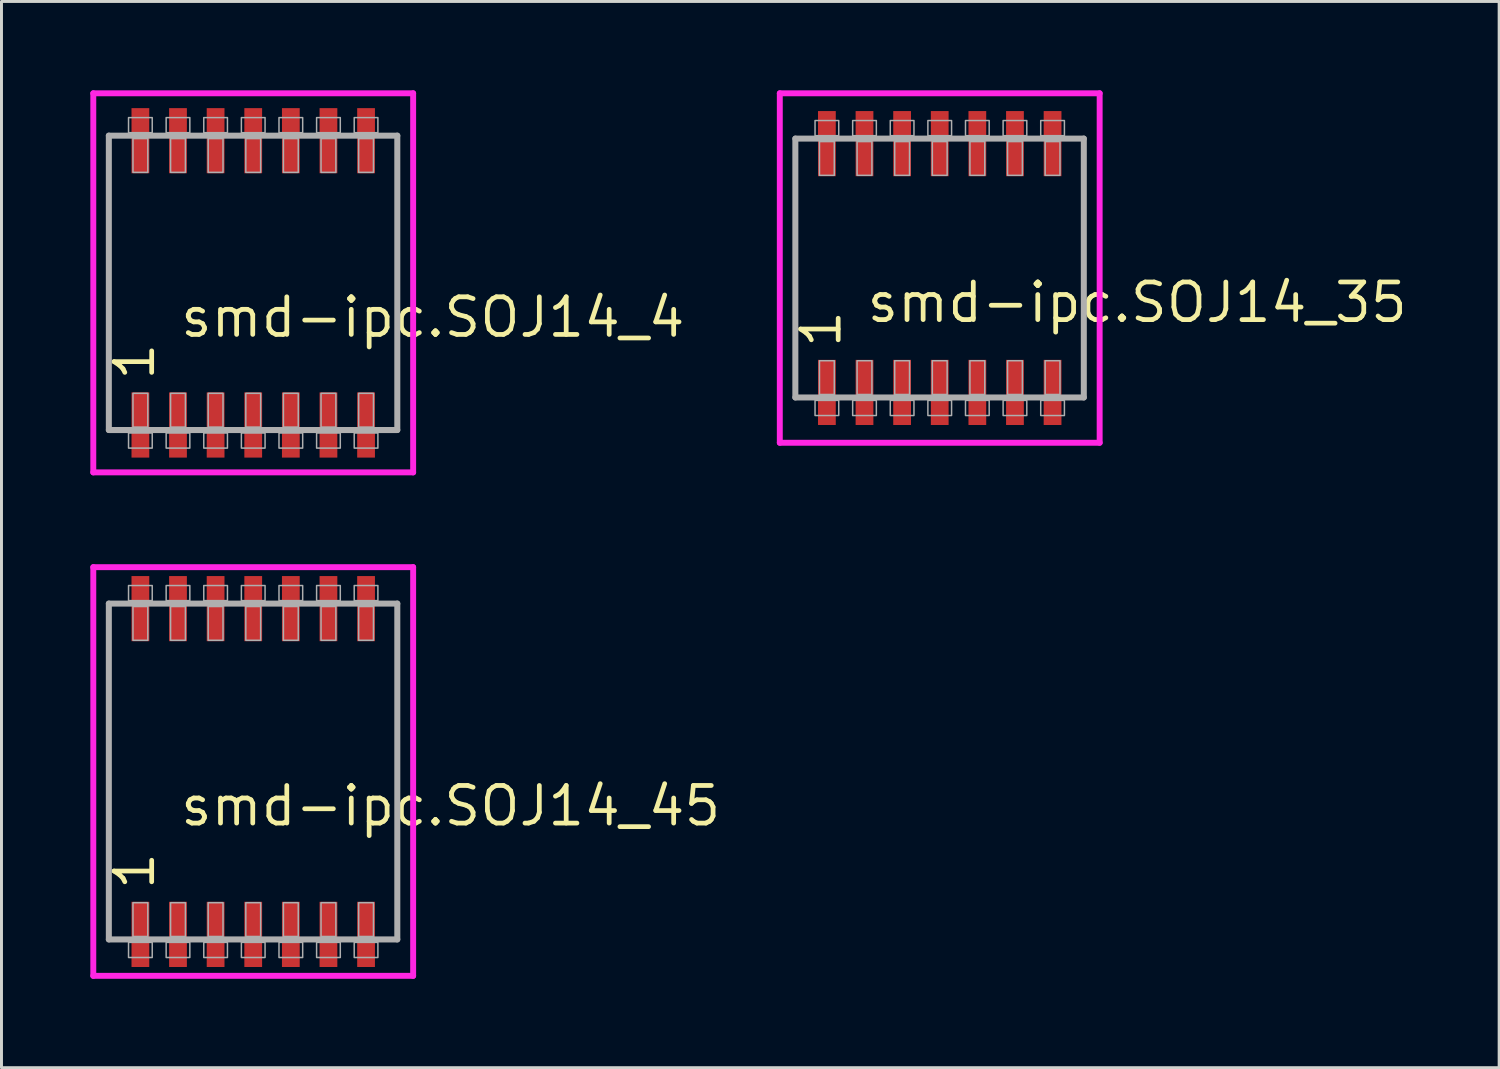
<source format=kicad_pcb>
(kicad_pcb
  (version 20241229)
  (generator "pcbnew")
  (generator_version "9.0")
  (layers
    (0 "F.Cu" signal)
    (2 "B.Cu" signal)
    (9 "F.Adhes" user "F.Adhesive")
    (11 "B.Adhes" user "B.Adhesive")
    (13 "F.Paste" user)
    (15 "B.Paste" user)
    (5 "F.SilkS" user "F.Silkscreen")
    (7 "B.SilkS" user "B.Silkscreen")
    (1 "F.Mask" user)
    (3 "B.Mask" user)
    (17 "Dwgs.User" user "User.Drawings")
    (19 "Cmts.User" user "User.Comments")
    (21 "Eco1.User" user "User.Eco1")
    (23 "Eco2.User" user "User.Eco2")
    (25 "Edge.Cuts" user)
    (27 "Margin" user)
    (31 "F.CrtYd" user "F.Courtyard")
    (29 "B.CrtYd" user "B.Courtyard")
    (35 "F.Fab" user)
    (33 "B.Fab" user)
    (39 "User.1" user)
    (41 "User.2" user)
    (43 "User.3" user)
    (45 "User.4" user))
  (footprint "smd-ipc.SOJ14_45"
    (layer "F.Cu")
    (at 5.5 23)
    (property "Reference" "smd-ipc.SOJ14_45" (at -2.54 1.905 0) (layer "F.SilkS") (effects (font (size 1.27 1.27) (thickness 0.16)) (justify left bottom)))
    (attr smd)
    (fp_line (start -5.4 -6.9) (end 5.4 -6.9) (stroke (width 0.2) (type default)) (layer "F.CrtYd"))
    (fp_line (start -5.4 6.9) (end -5.4 -6.9) (stroke (width 0.2) (type default)) (layer "F.CrtYd"))
    (fp_line (start 5.4 -6.9) (end 5.4 6.9) (stroke (width 0.2) (type default)) (layer "F.CrtYd"))
    (fp_line (start 5.4 6.9) (end -5.4 6.9) (stroke (width 0.2) (type default)) (layer "F.CrtYd"))
    (fp_line (start -4.875 -5.67) (end 4.865 -5.67) (stroke (width 0.203) (type default)) (layer "F.Fab"))
    (fp_line (start -4.875 5.67) (end -4.875 -5.67) (stroke (width 0.203) (type default)) (layer "F.Fab"))
    (fp_line (start 4.865 -5.67) (end 4.865 5.67) (stroke (width 0.203) (type default)) (layer "F.Fab"))
    (fp_line (start 4.865 5.67) (end -4.875 5.67) (stroke (width 0.203) (type default)) (layer "F.Fab"))
    (fp_rect (start -4.21 -5.77) (end -3.41 -6.28) (stroke (width 0.05) (type default)) (fill no) (layer "F.Fab"))
    (fp_rect (start -4.21 6.28) (end -3.41 5.77) (stroke (width 0.05) (type default)) (fill no) (layer "F.Fab"))
    (fp_rect (start -4.06 -4.43) (end -3.56 -5.57) (stroke (width 0.05) (type default)) (fill no) (layer "F.Fab"))
    (fp_rect (start -4.06 5.57) (end -3.56 4.43) (stroke (width 0.05) (type default)) (fill no) (layer "F.Fab"))
    (fp_rect (start -2.94 -5.77) (end -2.14 -6.28) (stroke (width 0.05) (type default)) (fill no) (layer "F.Fab"))
    (fp_rect (start -2.94 6.28) (end -2.14 5.77) (stroke (width 0.05) (type default)) (fill no) (layer "F.Fab"))
    (fp_rect (start -2.79 -4.43) (end -2.29 -5.57) (stroke (width 0.05) (type default)) (fill no) (layer "F.Fab"))
    (fp_rect (start -2.79 5.57) (end -2.29 4.43) (stroke (width 0.05) (type default)) (fill no) (layer "F.Fab"))
    (fp_rect (start -1.67 -5.77) (end -0.87 -6.28) (stroke (width 0.05) (type default)) (fill no) (layer "F.Fab"))
    (fp_rect (start -1.67 6.28) (end -0.87 5.77) (stroke (width 0.05) (type default)) (fill no) (layer "F.Fab"))
    (fp_rect (start -1.52 -4.43) (end -1.02 -5.57) (stroke (width 0.05) (type default)) (fill no) (layer "F.Fab"))
    (fp_rect (start -1.52 5.57) (end -1.02 4.43) (stroke (width 0.05) (type default)) (fill no) (layer "F.Fab"))
    (fp_rect (start -0.4 -5.77) (end 0.4 -6.28) (stroke (width 0.05) (type default)) (fill no) (layer "F.Fab"))
    (fp_rect (start -0.4 6.28) (end 0.4 5.77) (stroke (width 0.05) (type default)) (fill no) (layer "F.Fab"))
    (fp_rect (start -0.25 -4.43) (end 0.25 -5.57) (stroke (width 0.05) (type default)) (fill no) (layer "F.Fab"))
    (fp_rect (start -0.25 5.57) (end 0.25 4.43) (stroke (width 0.05) (type default)) (fill no) (layer "F.Fab"))
    (fp_rect (start 0.87 -5.77) (end 1.67 -6.28) (stroke (width 0.05) (type default)) (fill no) (layer "F.Fab"))
    (fp_rect (start 0.87 6.28) (end 1.67 5.77) (stroke (width 0.05) (type default)) (fill no) (layer "F.Fab"))
    (fp_rect (start 1.02 -4.43) (end 1.52 -5.57) (stroke (width 0.05) (type default)) (fill no) (layer "F.Fab"))
    (fp_rect (start 1.02 5.57) (end 1.52 4.43) (stroke (width 0.05) (type default)) (fill no) (layer "F.Fab"))
    (fp_rect (start 2.14 -5.77) (end 2.94 -6.28) (stroke (width 0.05) (type default)) (fill no) (layer "F.Fab"))
    (fp_rect (start 2.14 6.28) (end 2.94 5.77) (stroke (width 0.05) (type default)) (fill no) (layer "F.Fab"))
    (fp_rect (start 2.29 -4.43) (end 2.79 -5.57) (stroke (width 0.05) (type default)) (fill no) (layer "F.Fab"))
    (fp_rect (start 2.29 5.57) (end 2.79 4.43) (stroke (width 0.05) (type default)) (fill no) (layer "F.Fab"))
    (fp_rect (start 3.41 -5.77) (end 4.21 -6.28) (stroke (width 0.05) (type default)) (fill no) (layer "F.Fab"))
    (fp_rect (start 3.41 6.28) (end 4.21 5.77) (stroke (width 0.05) (type default)) (fill no) (layer "F.Fab"))
    (fp_rect (start 3.56 -4.43) (end 4.06 -5.57) (stroke (width 0.05) (type default)) (fill no) (layer "F.Fab"))
    (fp_rect (start 3.56 5.57) (end 4.06 4.43) (stroke (width 0.05) (type default)) (fill no) (layer "F.Fab"))
    (fp_text user "1" (at -3.265 4.07 90) (layer "F.SilkS") (effects (font (size 1.27 1.27) (thickness 0.16)) (justify left bottom)))
    (pad "1" smd roundrect (at -3.81 5.5) (size 0.6 2.2) (layers "F.Cu" "F.Mask" "F.Paste") (roundrect_rratio 0.01))
    (pad "2" smd roundrect (at -2.54 5.5) (size 0.6 2.2) (layers "F.Cu" "F.Mask" "F.Paste") (roundrect_rratio 0.01))
    (pad "3" smd roundrect (at -1.27 5.5) (size 0.6 2.2) (layers "F.Cu" "F.Mask" "F.Paste") (roundrect_rratio 0.01))
    (pad "4" smd roundrect (at 0 5.5) (size 0.6 2.2) (layers "F.Cu" "F.Mask" "F.Paste") (roundrect_rratio 0.01))
    (pad "5" smd roundrect (at 1.27 5.5) (size 0.6 2.2) (layers "F.Cu" "F.Mask" "F.Paste") (roundrect_rratio 0.01))
    (pad "6" smd roundrect (at 2.54 5.5) (size 0.6 2.2) (layers "F.Cu" "F.Mask" "F.Paste") (roundrect_rratio 0.01))
    (pad "7" smd roundrect (at 3.81 5.5) (size 0.6 2.2) (layers "F.Cu" "F.Mask" "F.Paste") (roundrect_rratio 0.01))
    (pad "8" smd roundrect (at 3.81 -5.5) (size 0.6 2.2) (layers "F.Cu" "F.Mask" "F.Paste") (roundrect_rratio 0.01))
    (pad "9" smd roundrect (at 2.54 -5.5) (size 0.6 2.2) (layers "F.Cu" "F.Mask" "F.Paste") (roundrect_rratio 0.01))
    (pad "10" smd roundrect (at 1.27 -5.5) (size 0.6 2.2) (layers "F.Cu" "F.Mask" "F.Paste") (roundrect_rratio 0.01))
    (pad "11" smd roundrect (at 0 -5.5) (size 0.6 2.2) (layers "F.Cu" "F.Mask" "F.Paste") (roundrect_rratio 0.01))
    (pad "12" smd roundrect (at -1.27 -5.5) (size 0.6 2.2) (layers "F.Cu" "F.Mask" "F.Paste") (roundrect_rratio 0.01))
    (pad "13" smd roundrect (at -2.54 -5.5) (size 0.6 2.2) (layers "F.Cu" "F.Mask" "F.Paste") (roundrect_rratio 0.01))
    (pad "14" smd roundrect (at -3.81 -5.5) (size 0.6 2.2) (layers "F.Cu" "F.Mask" "F.Paste") (roundrect_rratio 0.01)))
  (footprint "smd-ipc.SOJ14_4"
    (layer "F.Cu")
    (at 5.5 6.5)
    (property "Reference" "smd-ipc.SOJ14_4" (at -2.54 1.905 0) (layer "F.SilkS") (effects (font (size 1.27 1.27) (thickness 0.16)) (justify left bottom)))
    (attr smd)
    (fp_line (start -5.4 -6.4) (end 5.4 -6.4) (stroke (width 0.2) (type default)) (layer "F.CrtYd"))
    (fp_line (start -5.4 6.4) (end -5.4 -6.4) (stroke (width 0.2) (type default)) (layer "F.CrtYd"))
    (fp_line (start 5.4 -6.4) (end 5.4 6.4) (stroke (width 0.2) (type default)) (layer "F.CrtYd"))
    (fp_line (start 5.4 6.4) (end -5.4 6.4) (stroke (width 0.2) (type default)) (layer "F.CrtYd"))
    (fp_line (start -4.875 -4.97) (end 4.865 -4.97) (stroke (width 0.203) (type default)) (layer "F.Fab"))
    (fp_line (start -4.875 4.97) (end -4.875 -4.97) (stroke (width 0.203) (type default)) (layer "F.Fab"))
    (fp_line (start 4.865 -4.97) (end 4.865 4.97) (stroke (width 0.203) (type default)) (layer "F.Fab"))
    (fp_line (start 4.865 4.97) (end -4.875 4.97) (stroke (width 0.203) (type default)) (layer "F.Fab"))
    (fp_rect (start -4.21 -5.07) (end -3.41 -5.58) (stroke (width 0.05) (type default)) (fill no) (layer "F.Fab"))
    (fp_rect (start -4.21 5.58) (end -3.41 5.07) (stroke (width 0.05) (type default)) (fill no) (layer "F.Fab"))
    (fp_rect (start -4.06 -3.73) (end -3.56 -4.87) (stroke (width 0.05) (type default)) (fill no) (layer "F.Fab"))
    (fp_rect (start -4.06 4.87) (end -3.56 3.73) (stroke (width 0.05) (type default)) (fill no) (layer "F.Fab"))
    (fp_rect (start -2.94 -5.07) (end -2.14 -5.58) (stroke (width 0.05) (type default)) (fill no) (layer "F.Fab"))
    (fp_rect (start -2.94 5.58) (end -2.14 5.07) (stroke (width 0.05) (type default)) (fill no) (layer "F.Fab"))
    (fp_rect (start -2.79 -3.73) (end -2.29 -4.87) (stroke (width 0.05) (type default)) (fill no) (layer "F.Fab"))
    (fp_rect (start -2.79 4.87) (end -2.29 3.73) (stroke (width 0.05) (type default)) (fill no) (layer "F.Fab"))
    (fp_rect (start -1.67 -5.07) (end -0.87 -5.58) (stroke (width 0.05) (type default)) (fill no) (layer "F.Fab"))
    (fp_rect (start -1.67 5.58) (end -0.87 5.07) (stroke (width 0.05) (type default)) (fill no) (layer "F.Fab"))
    (fp_rect (start -1.52 -3.73) (end -1.02 -4.87) (stroke (width 0.05) (type default)) (fill no) (layer "F.Fab"))
    (fp_rect (start -1.52 4.87) (end -1.02 3.73) (stroke (width 0.05) (type default)) (fill no) (layer "F.Fab"))
    (fp_rect (start -0.4 -5.07) (end 0.4 -5.58) (stroke (width 0.05) (type default)) (fill no) (layer "F.Fab"))
    (fp_rect (start -0.4 5.58) (end 0.4 5.07) (stroke (width 0.05) (type default)) (fill no) (layer "F.Fab"))
    (fp_rect (start -0.25 -3.73) (end 0.25 -4.87) (stroke (width 0.05) (type default)) (fill no) (layer "F.Fab"))
    (fp_rect (start -0.25 4.87) (end 0.25 3.73) (stroke (width 0.05) (type default)) (fill no) (layer "F.Fab"))
    (fp_rect (start 0.87 -5.07) (end 1.67 -5.58) (stroke (width 0.05) (type default)) (fill no) (layer "F.Fab"))
    (fp_rect (start 0.87 5.58) (end 1.67 5.07) (stroke (width 0.05) (type default)) (fill no) (layer "F.Fab"))
    (fp_rect (start 1.02 -3.73) (end 1.52 -4.87) (stroke (width 0.05) (type default)) (fill no) (layer "F.Fab"))
    (fp_rect (start 1.02 4.87) (end 1.52 3.73) (stroke (width 0.05) (type default)) (fill no) (layer "F.Fab"))
    (fp_rect (start 2.14 -5.07) (end 2.94 -5.58) (stroke (width 0.05) (type default)) (fill no) (layer "F.Fab"))
    (fp_rect (start 2.14 5.58) (end 2.94 5.07) (stroke (width 0.05) (type default)) (fill no) (layer "F.Fab"))
    (fp_rect (start 2.29 -3.73) (end 2.79 -4.87) (stroke (width 0.05) (type default)) (fill no) (layer "F.Fab"))
    (fp_rect (start 2.29 4.87) (end 2.79 3.73) (stroke (width 0.05) (type default)) (fill no) (layer "F.Fab"))
    (fp_rect (start 3.41 -5.07) (end 4.21 -5.58) (stroke (width 0.05) (type default)) (fill no) (layer "F.Fab"))
    (fp_rect (start 3.41 5.58) (end 4.21 5.07) (stroke (width 0.05) (type default)) (fill no) (layer "F.Fab"))
    (fp_rect (start 3.56 -3.73) (end 4.06 -4.87) (stroke (width 0.05) (type default)) (fill no) (layer "F.Fab"))
    (fp_rect (start 3.56 4.87) (end 4.06 3.73) (stroke (width 0.05) (type default)) (fill no) (layer "F.Fab"))
    (fp_text user "1" (at -3.265 3.37 90) (layer "F.SilkS") (effects (font (size 1.27 1.27) (thickness 0.16)) (justify left bottom)))
    (pad "1" smd roundrect (at -3.81 4.8) (size 0.6 2.2) (layers "F.Cu" "F.Mask" "F.Paste") (roundrect_rratio 0.01))
    (pad "2" smd roundrect (at -2.54 4.8) (size 0.6 2.2) (layers "F.Cu" "F.Mask" "F.Paste") (roundrect_rratio 0.01))
    (pad "3" smd roundrect (at -1.27 4.8) (size 0.6 2.2) (layers "F.Cu" "F.Mask" "F.Paste") (roundrect_rratio 0.01))
    (pad "4" smd roundrect (at 0 4.8) (size 0.6 2.2) (layers "F.Cu" "F.Mask" "F.Paste") (roundrect_rratio 0.01))
    (pad "5" smd roundrect (at 1.27 4.8) (size 0.6 2.2) (layers "F.Cu" "F.Mask" "F.Paste") (roundrect_rratio 0.01))
    (pad "6" smd roundrect (at 2.54 4.8) (size 0.6 2.2) (layers "F.Cu" "F.Mask" "F.Paste") (roundrect_rratio 0.01))
    (pad "7" smd roundrect (at 3.81 4.8) (size 0.6 2.2) (layers "F.Cu" "F.Mask" "F.Paste") (roundrect_rratio 0.01))
    (pad "8" smd roundrect (at 3.81 -4.8) (size 0.6 2.2) (layers "F.Cu" "F.Mask" "F.Paste") (roundrect_rratio 0.01))
    (pad "9" smd roundrect (at 2.54 -4.8) (size 0.6 2.2) (layers "F.Cu" "F.Mask" "F.Paste") (roundrect_rratio 0.01))
    (pad "10" smd roundrect (at 1.27 -4.8) (size 0.6 2.2) (layers "F.Cu" "F.Mask" "F.Paste") (roundrect_rratio 0.01))
    (pad "11" smd roundrect (at 0 -4.8) (size 0.6 2.2) (layers "F.Cu" "F.Mask" "F.Paste") (roundrect_rratio 0.01))
    (pad "12" smd roundrect (at -1.27 -4.8) (size 0.6 2.2) (layers "F.Cu" "F.Mask" "F.Paste") (roundrect_rratio 0.01))
    (pad "13" smd roundrect (at -2.54 -4.8) (size 0.6 2.2) (layers "F.Cu" "F.Mask" "F.Paste") (roundrect_rratio 0.01))
    (pad "14" smd roundrect (at -3.81 -4.8) (size 0.6 2.2) (layers "F.Cu" "F.Mask" "F.Paste") (roundrect_rratio 0.01)))
  (footprint "smd-ipc.SOJ14_35"
    (layer "F.Cu")
    (at 28.68 6)
    (property "Reference" "smd-ipc.SOJ14_35" (at -2.54 1.905 0) (layer "F.SilkS") (effects (font (size 1.27 1.27) (thickness 0.16)) (justify left bottom)))
    (attr smd)
    (fp_line (start -5.4 -5.9) (end 5.4 -5.9) (stroke (width 0.2) (type default)) (layer "F.CrtYd"))
    (fp_line (start -5.4 5.9) (end -5.4 -5.9) (stroke (width 0.2) (type default)) (layer "F.CrtYd"))
    (fp_line (start 5.4 -5.9) (end 5.4 5.9) (stroke (width 0.2) (type default)) (layer "F.CrtYd"))
    (fp_line (start 5.4 5.9) (end -5.4 5.9) (stroke (width 0.2) (type default)) (layer "F.CrtYd"))
    (fp_line (start -4.875 -4.37) (end 4.865 -4.37) (stroke (width 0.203) (type default)) (layer "F.Fab"))
    (fp_line (start -4.875 4.37) (end -4.875 -4.37) (stroke (width 0.203) (type default)) (layer "F.Fab"))
    (fp_line (start 4.865 -4.37) (end 4.865 4.37) (stroke (width 0.203) (type default)) (layer "F.Fab"))
    (fp_line (start 4.865 4.37) (end -4.875 4.37) (stroke (width 0.203) (type default)) (layer "F.Fab"))
    (fp_rect (start -4.21 -4.47) (end -3.41 -4.98) (stroke (width 0.05) (type default)) (fill no) (layer "F.Fab"))
    (fp_rect (start -4.21 4.98) (end -3.41 4.47) (stroke (width 0.05) (type default)) (fill no) (layer "F.Fab"))
    (fp_rect (start -4.06 -3.13) (end -3.56 -4.27) (stroke (width 0.05) (type default)) (fill no) (layer "F.Fab"))
    (fp_rect (start -4.06 4.27) (end -3.56 3.13) (stroke (width 0.05) (type default)) (fill no) (layer "F.Fab"))
    (fp_rect (start -2.94 -4.47) (end -2.14 -4.98) (stroke (width 0.05) (type default)) (fill no) (layer "F.Fab"))
    (fp_rect (start -2.94 4.98) (end -2.14 4.47) (stroke (width 0.05) (type default)) (fill no) (layer "F.Fab"))
    (fp_rect (start -2.79 -3.13) (end -2.29 -4.27) (stroke (width 0.05) (type default)) (fill no) (layer "F.Fab"))
    (fp_rect (start -2.79 4.27) (end -2.29 3.13) (stroke (width 0.05) (type default)) (fill no) (layer "F.Fab"))
    (fp_rect (start -1.67 -4.47) (end -0.87 -4.98) (stroke (width 0.05) (type default)) (fill no) (layer "F.Fab"))
    (fp_rect (start -1.67 4.98) (end -0.87 4.47) (stroke (width 0.05) (type default)) (fill no) (layer "F.Fab"))
    (fp_rect (start -1.52 -3.13) (end -1.02 -4.27) (stroke (width 0.05) (type default)) (fill no) (layer "F.Fab"))
    (fp_rect (start -1.52 4.27) (end -1.02 3.13) (stroke (width 0.05) (type default)) (fill no) (layer "F.Fab"))
    (fp_rect (start -0.4 -4.47) (end 0.4 -4.98) (stroke (width 0.05) (type default)) (fill no) (layer "F.Fab"))
    (fp_rect (start -0.4 4.98) (end 0.4 4.47) (stroke (width 0.05) (type default)) (fill no) (layer "F.Fab"))
    (fp_rect (start -0.25 -3.13) (end 0.25 -4.27) (stroke (width 0.05) (type default)) (fill no) (layer "F.Fab"))
    (fp_rect (start -0.25 4.27) (end 0.25 3.13) (stroke (width 0.05) (type default)) (fill no) (layer "F.Fab"))
    (fp_rect (start 0.87 -4.47) (end 1.67 -4.98) (stroke (width 0.05) (type default)) (fill no) (layer "F.Fab"))
    (fp_rect (start 0.87 4.98) (end 1.67 4.47) (stroke (width 0.05) (type default)) (fill no) (layer "F.Fab"))
    (fp_rect (start 1.02 -3.13) (end 1.52 -4.27) (stroke (width 0.05) (type default)) (fill no) (layer "F.Fab"))
    (fp_rect (start 1.02 4.27) (end 1.52 3.13) (stroke (width 0.05) (type default)) (fill no) (layer "F.Fab"))
    (fp_rect (start 2.14 -4.47) (end 2.94 -4.98) (stroke (width 0.05) (type default)) (fill no) (layer "F.Fab"))
    (fp_rect (start 2.14 4.98) (end 2.94 4.47) (stroke (width 0.05) (type default)) (fill no) (layer "F.Fab"))
    (fp_rect (start 2.29 -3.13) (end 2.79 -4.27) (stroke (width 0.05) (type default)) (fill no) (layer "F.Fab"))
    (fp_rect (start 2.29 4.27) (end 2.79 3.13) (stroke (width 0.05) (type default)) (fill no) (layer "F.Fab"))
    (fp_rect (start 3.41 -4.47) (end 4.21 -4.98) (stroke (width 0.05) (type default)) (fill no) (layer "F.Fab"))
    (fp_rect (start 3.41 4.98) (end 4.21 4.47) (stroke (width 0.05) (type default)) (fill no) (layer "F.Fab"))
    (fp_rect (start 3.56 -3.13) (end 4.06 -4.27) (stroke (width 0.05) (type default)) (fill no) (layer "F.Fab"))
    (fp_rect (start 3.56 4.27) (end 4.06 3.13) (stroke (width 0.05) (type default)) (fill no) (layer "F.Fab"))
    (fp_text user "1" (at -3.265 2.77 90) (layer "F.SilkS") (effects (font (size 1.27 1.27) (thickness 0.16)) (justify left bottom)))
    (pad "1" smd roundrect (at -3.81 4.2) (size 0.6 2.2) (layers "F.Cu" "F.Mask" "F.Paste") (roundrect_rratio 0.01))
    (pad "2" smd roundrect (at -2.54 4.2) (size 0.6 2.2) (layers "F.Cu" "F.Mask" "F.Paste") (roundrect_rratio 0.01))
    (pad "3" smd roundrect (at -1.27 4.2) (size 0.6 2.2) (layers "F.Cu" "F.Mask" "F.Paste") (roundrect_rratio 0.01))
    (pad "4" smd roundrect (at 0 4.2) (size 0.6 2.2) (layers "F.Cu" "F.Mask" "F.Paste") (roundrect_rratio 0.01))
    (pad "5" smd roundrect (at 1.27 4.2) (size 0.6 2.2) (layers "F.Cu" "F.Mask" "F.Paste") (roundrect_rratio 0.01))
    (pad "6" smd roundrect (at 2.54 4.2) (size 0.6 2.2) (layers "F.Cu" "F.Mask" "F.Paste") (roundrect_rratio 0.01))
    (pad "7" smd roundrect (at 3.81 4.2) (size 0.6 2.2) (layers "F.Cu" "F.Mask" "F.Paste") (roundrect_rratio 0.01))
    (pad "8" smd roundrect (at 3.81 -4.2) (size 0.6 2.2) (layers "F.Cu" "F.Mask" "F.Paste") (roundrect_rratio 0.01))
    (pad "9" smd roundrect (at 2.54 -4.2) (size 0.6 2.2) (layers "F.Cu" "F.Mask" "F.Paste") (roundrect_rratio 0.01))
    (pad "10" smd roundrect (at 1.27 -4.2) (size 0.6 2.2) (layers "F.Cu" "F.Mask" "F.Paste") (roundrect_rratio 0.01))
    (pad "11" smd roundrect (at 0 -4.2) (size 0.6 2.2) (layers "F.Cu" "F.Mask" "F.Paste") (roundrect_rratio 0.01))
    (pad "12" smd roundrect (at -1.27 -4.2) (size 0.6 2.2) (layers "F.Cu" "F.Mask" "F.Paste") (roundrect_rratio 0.01))
    (pad "13" smd roundrect (at -2.54 -4.2) (size 0.6 2.2) (layers "F.Cu" "F.Mask" "F.Paste") (roundrect_rratio 0.01))
    (pad "14" smd roundrect (at -3.81 -4.2) (size 0.6 2.2) (layers "F.Cu" "F.Mask" "F.Paste") (roundrect_rratio 0.01)))
  (gr_rect
    (start -3 -3)
    (end 47.569 33)
    (stroke (width 0.1) (type default))
    (fill no)
    (layer "Edge.Cuts")))
</source>
